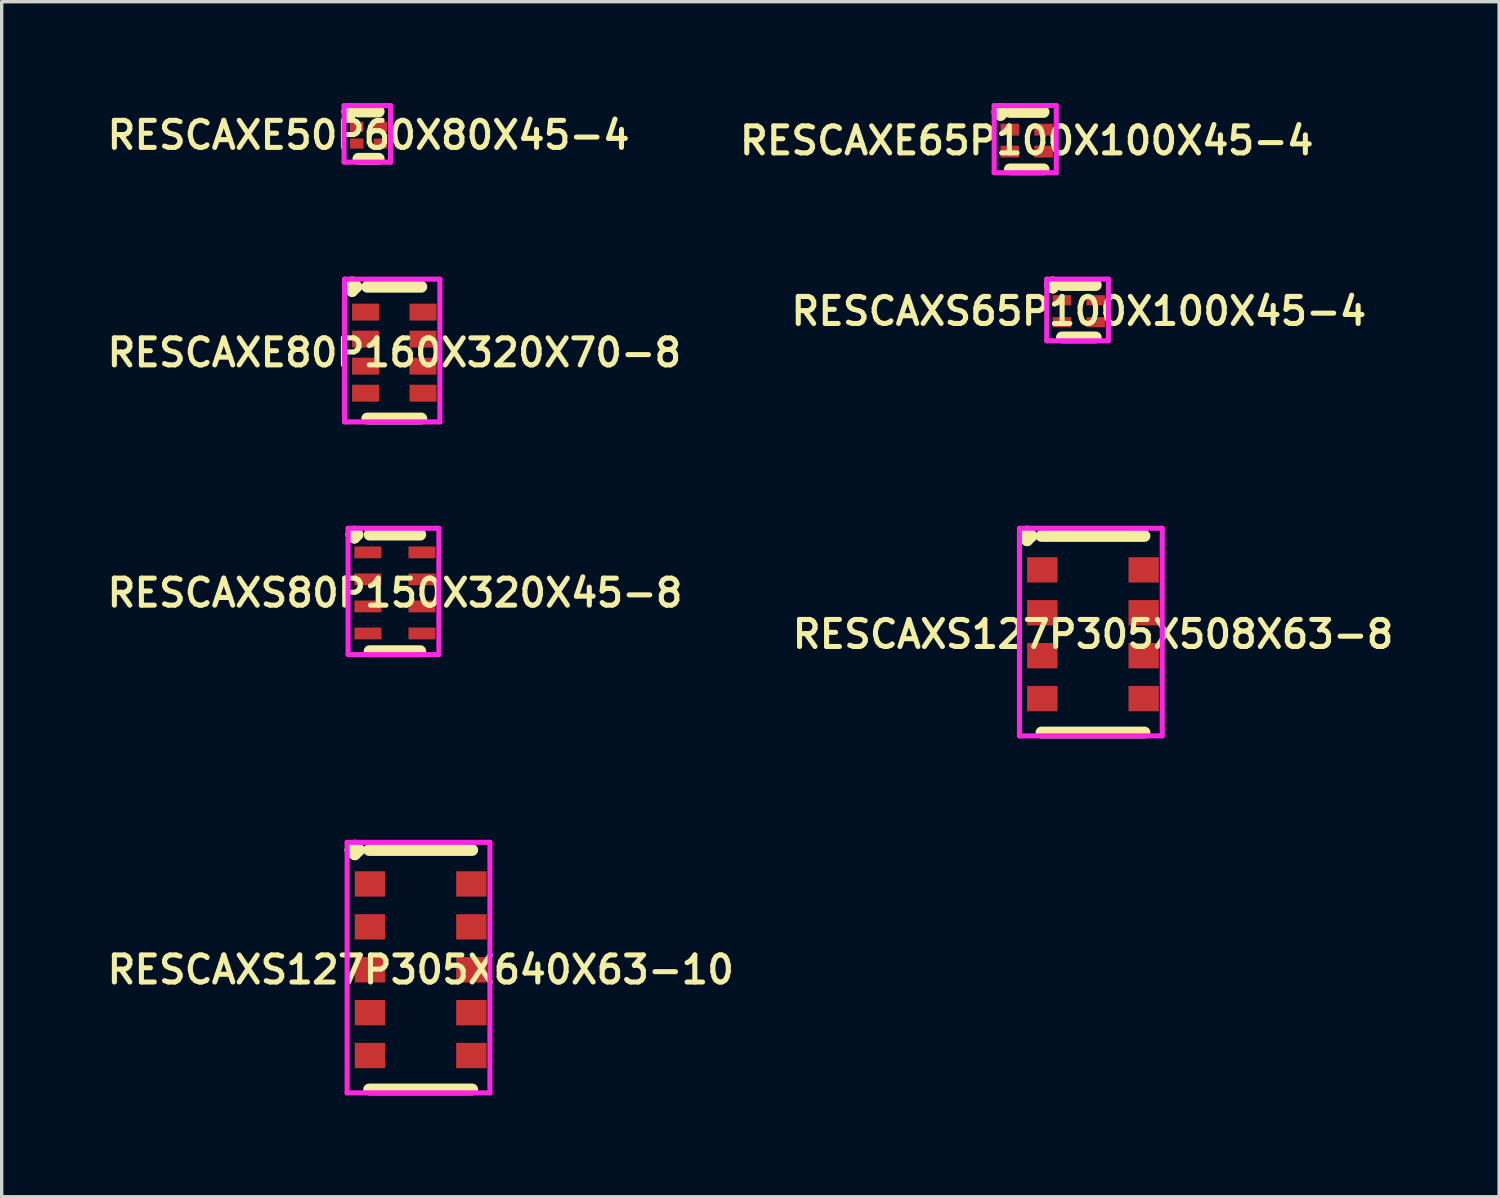
<source format=kicad_pcb>
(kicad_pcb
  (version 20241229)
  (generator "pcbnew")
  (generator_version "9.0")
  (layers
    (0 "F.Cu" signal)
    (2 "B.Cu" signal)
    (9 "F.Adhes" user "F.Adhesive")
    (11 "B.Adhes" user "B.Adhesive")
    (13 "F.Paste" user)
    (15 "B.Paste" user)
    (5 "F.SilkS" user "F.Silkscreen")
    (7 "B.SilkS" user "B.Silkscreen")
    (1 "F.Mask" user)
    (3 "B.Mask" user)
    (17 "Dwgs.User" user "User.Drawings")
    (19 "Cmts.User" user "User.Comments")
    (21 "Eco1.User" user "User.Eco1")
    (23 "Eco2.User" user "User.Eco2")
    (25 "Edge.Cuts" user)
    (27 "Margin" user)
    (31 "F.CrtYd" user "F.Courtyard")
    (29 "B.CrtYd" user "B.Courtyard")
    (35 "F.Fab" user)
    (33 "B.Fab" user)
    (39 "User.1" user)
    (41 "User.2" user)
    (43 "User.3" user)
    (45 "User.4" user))
  (footprint "RESCAXE65P100X100X45-4"
    (layer "F.Cu")
    (at 27.34 1.113)
    (property "Reference" "RESCAXE65P100X100X45-4" (at 0 0 0) (layer "F.SilkS") (effects (font (size 0.8 0.8) (thickness 0.15))))
    (attr smd)
    (fp_line (start -0.863 -0.85) (end -0.775 -0.938) (stroke (width 0.35) (type solid)) (layer "F.SilkS"))
    (fp_line (start -0.775 -0.938) (end -0.688 -0.85) (stroke (width 0.35) (type solid)) (layer "F.SilkS"))
    (fp_line (start -0.775 -0.762) (end -0.863 -0.85) (stroke (width 0.35) (type solid)) (layer "F.SilkS"))
    (fp_line (start -0.688 -0.85) (end -0.775 -0.762) (stroke (width 0.35) (type solid)) (layer "F.SilkS"))
    (fp_line (start -0.5 -0.85) (end 0.5 -0.85) (stroke (width 0.35) (type solid)) (layer "F.SilkS"))
    (fp_line (start -0.5 0.85) (end 0.5 0.85) (stroke (width 0.35) (type solid)) (layer "F.SilkS"))
    (fp_line (start -0.963 -1.038) (end 0.875 -1.038) (stroke (width 0.15) (type solid)) (layer "F.CrtYd"))
    (fp_line (start -0.963 0.95) (end -0.963 -1.038) (stroke (width 0.15) (type solid)) (layer "F.CrtYd"))
    (fp_line (start 0.875 -1.038) (end 0.875 0.95) (stroke (width 0.15) (type solid)) (layer "F.CrtYd"))
    (fp_line (start 0.875 0.95) (end -0.963 0.95) (stroke (width 0.15) (type solid)) (layer "F.CrtYd"))
    (pad "1" smd rect (at -0.5 -0.325) (size 0.55 0.35) (layers "F.Cu" "F.Mask" "F.Paste"))
    (pad "2" smd rect (at -0.5 0.325) (size 0.55 0.35) (layers "F.Cu" "F.Mask" "F.Paste"))
    (pad "3" smd rect (at 0.5 0.325) (size 0.55 0.35) (layers "F.Cu" "F.Mask" "F.Paste"))
    (pad "4" smd rect (at 0.5 -0.325) (size 0.55 0.35) (layers "F.Cu" "F.Mask" "F.Paste")))
  (footprint "RESCAXS65P100X100X45-4"
    (layer "F.Cu")
    (at 28.883 6.162)
    (property "Reference" "RESCAXS65P100X100X45-4" (at 0 0 0) (layer "F.SilkS") (effects (font (size 0.8 0.8) (thickness 0.15))))
    (attr through_hole)
    (fp_line (start -0.85 -0.775) (end -0.775 -0.85) (stroke (width 0.35) (type solid)) (layer "F.SilkS"))
    (fp_line (start -0.775 -0.85) (end -0.7 -0.775) (stroke (width 0.35) (type solid)) (layer "F.SilkS"))
    (fp_line (start -0.775 -0.7) (end -0.85 -0.775) (stroke (width 0.35) (type solid)) (layer "F.SilkS"))
    (fp_line (start -0.7 -0.775) (end -0.775 -0.7) (stroke (width 0.35) (type solid)) (layer "F.SilkS"))
    (fp_line (start -0.5 -0.775) (end 0.5 -0.775) (stroke (width 0.35) (type solid)) (layer "F.SilkS"))
    (fp_line (start -0.5 0.775) (end 0.5 0.775) (stroke (width 0.35) (type solid)) (layer "F.SilkS"))
    (fp_line (start -0.95 -0.95) (end 0.875 -0.95) (stroke (width 0.15) (type solid)) (layer "F.CrtYd"))
    (fp_line (start -0.95 0.875) (end -0.95 -0.95) (stroke (width 0.15) (type solid)) (layer "F.CrtYd"))
    (fp_line (start 0.875 -0.95) (end 0.875 0.875) (stroke (width 0.15) (type solid)) (layer "F.CrtYd"))
    (fp_line (start 0.875 0.875) (end -0.95 0.875) (stroke (width 0.15) (type solid)) (layer "F.CrtYd"))
    (pad "1" smd rect (at -0.5 -0.325) (size 0.55 0.3) (layers "F.Cu" "F.Mask" "F.Paste"))
    (pad "2" smd rect (at -0.5 0.325) (size 0.55 0.3) (layers "F.Cu" "F.Mask" "F.Paste"))
    (pad "3" smd rect (at 0.5 0.325) (size 0.55 0.3) (layers "F.Cu" "F.Mask" "F.Paste"))
    (pad "4" smd rect (at 0.5 -0.325) (size 0.55 0.3) (layers "F.Cu" "F.Mask" "F.Paste")))
  (footprint "RESCAXE80P160X320X70-8"
    (layer "F.Cu")
    (at 8.621 7.388)
    (property "Reference" "RESCAXE80P160X320X70-8" (at 0 0 0) (layer "F.SilkS") (effects (font (size 0.8 0.8) (thickness 0.15))))
    (attr smd)
    (fp_line (start -1.375 -1.95) (end -1.25 -2.075) (stroke (width 0.35) (type solid)) (layer "F.SilkS"))
    (fp_line (start -1.25 -2.075) (end -1.125 -1.95) (stroke (width 0.35) (type solid)) (layer "F.SilkS"))
    (fp_line (start -1.25 -1.825) (end -1.375 -1.95) (stroke (width 0.35) (type solid)) (layer "F.SilkS"))
    (fp_line (start -1.125 -1.95) (end -1.25 -1.825) (stroke (width 0.35) (type solid)) (layer "F.SilkS"))
    (fp_line (start -0.8 -1.95) (end 0.8 -1.95) (stroke (width 0.35) (type solid)) (layer "F.SilkS"))
    (fp_line (start -0.8 1.95) (end 0.8 1.95) (stroke (width 0.35) (type solid)) (layer "F.SilkS"))
    (fp_line (start -1.475 -2.175) (end 1.35 -2.175) (stroke (width 0.15) (type solid)) (layer "F.CrtYd"))
    (fp_line (start -1.475 2.05) (end -1.475 -2.175) (stroke (width 0.15) (type solid)) (layer "F.CrtYd"))
    (fp_line (start 1.35 -2.175) (end 1.35 2.05) (stroke (width 0.15) (type solid)) (layer "F.CrtYd"))
    (fp_line (start 1.35 2.05) (end -1.475 2.05) (stroke (width 0.15) (type solid)) (layer "F.CrtYd"))
    (pad "1" smd rect (at -0.85 -1.2) (size 0.8 0.5) (layers "F.Cu" "F.Mask" "F.Paste"))
    (pad "2" smd rect (at -0.85 -0.4) (size 0.8 0.5) (layers "F.Cu" "F.Mask" "F.Paste"))
    (pad "3" smd rect (at -0.85 0.4) (size 0.8 0.5) (layers "F.Cu" "F.Mask" "F.Paste"))
    (pad "4" smd rect (at -0.85 1.2) (size 0.8 0.5) (layers "F.Cu" "F.Mask" "F.Paste"))
    (pad "5" smd rect (at 0.85 1.2) (size 0.8 0.5) (layers "F.Cu" "F.Mask" "F.Paste"))
    (pad "6" smd rect (at 0.85 0.4) (size 0.8 0.5) (layers "F.Cu" "F.Mask" "F.Paste"))
    (pad "7" smd rect (at 0.85 -0.4) (size 0.8 0.5) (layers "F.Cu" "F.Mask" "F.Paste"))
    (pad "8" smd rect (at 0.85 -1.2) (size 0.8 0.5) (layers "F.Cu" "F.Mask" "F.Paste")))
  (footprint "RESCAXS127P305X508X63-8"
    (layer "F.Cu")
    (at 29.302 15.723)
    (property "Reference" "RESCAXS127P305X508X63-8" (at 0 0 0) (layer "F.SilkS") (effects (font (size 0.8 0.8) (thickness 0.15))))
    (attr smd)
    (fp_line (start -2.077 -2.909) (end -1.95 -3.036) (stroke (width 0.35) (type solid)) (layer "F.SilkS"))
    (fp_line (start -1.95 -3.036) (end -1.823 -2.909) (stroke (width 0.35) (type solid)) (layer "F.SilkS"))
    (fp_line (start -1.95 -2.782) (end -2.077 -2.909) (stroke (width 0.35) (type solid)) (layer "F.SilkS"))
    (fp_line (start -1.823 -2.909) (end -1.95 -2.782) (stroke (width 0.35) (type solid)) (layer "F.SilkS"))
    (fp_line (start -1.525 -2.909) (end 1.525 -2.909) (stroke (width 0.35) (type solid)) (layer "F.SilkS"))
    (fp_line (start -1.525 2.909) (end 1.525 2.909) (stroke (width 0.35) (type solid)) (layer "F.SilkS"))
    (fp_line (start -2.177 -3.136) (end 2.05 -3.136) (stroke (width 0.15) (type solid)) (layer "F.CrtYd"))
    (fp_line (start -2.177 3.009) (end -2.177 -3.136) (stroke (width 0.15) (type solid)) (layer "F.CrtYd"))
    (fp_line (start 2.05 -3.136) (end 2.05 3.009) (stroke (width 0.15) (type solid)) (layer "F.CrtYd"))
    (fp_line (start 2.05 3.009) (end -2.177 3.009) (stroke (width 0.15) (type solid)) (layer "F.CrtYd"))
    (pad "1" smd rect (at -1.5 -1.905) (size 0.9 0.75) (layers "F.Cu" "F.Mask" "F.Paste"))
    (pad "2" smd rect (at -1.5 -0.635) (size 0.9 0.75) (layers "F.Cu" "F.Mask" "F.Paste"))
    (pad "3" smd rect (at -1.5 0.635) (size 0.9 0.75) (layers "F.Cu" "F.Mask" "F.Paste"))
    (pad "4" smd rect (at -1.5 1.905) (size 0.9 0.75) (layers "F.Cu" "F.Mask" "F.Paste"))
    (pad "5" smd rect (at 1.5 1.905) (size 0.9 0.75) (layers "F.Cu" "F.Mask" "F.Paste"))
    (pad "6" smd rect (at 1.5 0.635) (size 0.9 0.75) (layers "F.Cu" "F.Mask" "F.Paste"))
    (pad "7" smd rect (at 1.5 -0.635) (size 0.9 0.75) (layers "F.Cu" "F.Mask" "F.Paste"))
    (pad "8" smd rect (at 1.5 -1.905) (size 0.9 0.75) (layers "F.Cu" "F.Mask" "F.Paste")))
  (footprint "RESCAXS127P305X640X63-10"
    (layer "F.Cu")
    (at 9.402 25.654)
    (property "Reference" "RESCAXS127P305X640X63-10" (at 0 0 0) (layer "F.SilkS") (effects (font (size 0.8 0.8) (thickness 0.15))))
    (attr smd)
    (fp_line (start -2.077 -3.544) (end -1.95 -3.671) (stroke (width 0.35) (type solid)) (layer "F.SilkS"))
    (fp_line (start -1.95 -3.671) (end -1.823 -3.544) (stroke (width 0.35) (type solid)) (layer "F.SilkS"))
    (fp_line (start -1.95 -3.417) (end -2.077 -3.544) (stroke (width 0.35) (type solid)) (layer "F.SilkS"))
    (fp_line (start -1.823 -3.544) (end -1.95 -3.417) (stroke (width 0.35) (type solid)) (layer "F.SilkS"))
    (fp_line (start -1.525 -3.544) (end 1.525 -3.544) (stroke (width 0.35) (type solid)) (layer "F.SilkS"))
    (fp_line (start -1.525 3.544) (end 1.525 3.544) (stroke (width 0.35) (type solid)) (layer "F.SilkS"))
    (fp_line (start -2.177 -3.771) (end 2.05 -3.771) (stroke (width 0.15) (type solid)) (layer "F.CrtYd"))
    (fp_line (start -2.177 3.644) (end -2.177 -3.771) (stroke (width 0.15) (type solid)) (layer "F.CrtYd"))
    (fp_line (start 2.05 -3.771) (end 2.05 3.644) (stroke (width 0.15) (type solid)) (layer "F.CrtYd"))
    (fp_line (start 2.05 3.644) (end -2.177 3.644) (stroke (width 0.15) (type solid)) (layer "F.CrtYd"))
    (pad "1" smd rect (at -1.5 -2.54) (size 0.9 0.75) (layers "F.Cu" "F.Mask" "F.Paste"))
    (pad "2" smd rect (at -1.5 -1.27) (size 0.9 0.75) (layers "F.Cu" "F.Mask" "F.Paste"))
    (pad "3" smd rect (at -1.5 0) (size 0.9 0.75) (layers "F.Cu" "F.Mask" "F.Paste"))
    (pad "4" smd rect (at -1.5 1.27) (size 0.9 0.75) (layers "F.Cu" "F.Mask" "F.Paste"))
    (pad "5" smd rect (at -1.5 2.54) (size 0.9 0.75) (layers "F.Cu" "F.Mask" "F.Paste"))
    (pad "6" smd rect (at 1.5 2.54) (size 0.9 0.75) (layers "F.Cu" "F.Mask" "F.Paste"))
    (pad "7" smd rect (at 1.5 1.27) (size 0.9 0.75) (layers "F.Cu" "F.Mask" "F.Paste"))
    (pad "8" smd rect (at 1.5 0) (size 0.9 0.75) (layers "F.Cu" "F.Mask" "F.Paste"))
    (pad "9" smd rect (at 1.5 -1.27) (size 0.9 0.75) (layers "F.Cu" "F.Mask" "F.Paste"))
    (pad "10" smd rect (at 1.5 -2.54) (size 0.9 0.75) (layers "F.Cu" "F.Mask" "F.Paste")))
  (footprint "RESCAXE50P60X80X45-4"
    (layer "F.Cu")
    (at 7.859 0.95)
    (property "Reference" "RESCAXE50P60X80X45-4" (at 0 0 0) (layer "F.SilkS") (effects (font (size 0.8 0.8) (thickness 0.15))))
    (attr smd)
    (fp_line (start -0.625 -0.7) (end -0.55 -0.775) (stroke (width 0.35) (type solid)) (layer "F.SilkS"))
    (fp_line (start -0.55 -0.775) (end -0.475 -0.7) (stroke (width 0.35) (type solid)) (layer "F.SilkS"))
    (fp_line (start -0.55 -0.625) (end -0.625 -0.7) (stroke (width 0.35) (type solid)) (layer "F.SilkS"))
    (fp_line (start -0.475 -0.7) (end -0.55 -0.625) (stroke (width 0.35) (type solid)) (layer "F.SilkS"))
    (fp_line (start -0.3 -0.7) (end 0.3 -0.7) (stroke (width 0.35) (type solid)) (layer "F.SilkS"))
    (fp_line (start -0.3 0.7) (end 0.3 0.7) (stroke (width 0.35) (type solid)) (layer "F.SilkS"))
    (fp_line (start -0.725 -0.875) (end 0.65 -0.875) (stroke (width 0.15) (type solid)) (layer "F.CrtYd"))
    (fp_line (start -0.725 0.8) (end -0.725 -0.875) (stroke (width 0.15) (type solid)) (layer "F.CrtYd"))
    (fp_line (start 0.65 -0.875) (end 0.65 0.8) (stroke (width 0.15) (type solid)) (layer "F.CrtYd"))
    (fp_line (start 0.65 0.8) (end -0.725 0.8) (stroke (width 0.15) (type solid)) (layer "F.CrtYd"))
    (pad "1" smd rect (at -0.35 -0.25) (size 0.4 0.3) (layers "F.Cu" "F.Mask" "F.Paste"))
    (pad "2" smd rect (at -0.35 0.25) (size 0.4 0.3) (layers "F.Cu" "F.Mask" "F.Paste"))
    (pad "3" smd rect (at 0.35 0.25) (size 0.4 0.3) (layers "F.Cu" "F.Mask" "F.Paste"))
    (pad "4" smd rect (at 0.35 -0.25) (size 0.4 0.3) (layers "F.Cu" "F.Mask" "F.Paste")))
  (footprint "RESCAXS80P150X320X45-8"
    (layer "F.Cu")
    (at 8.64 14.5)
    (property "Reference" "RESCAXS80P150X320X45-8" (at 0 0 0) (layer "F.SilkS") (effects (font (size 0.8 0.8) (thickness 0.15))))
    (attr smd)
    (fp_line (start -1.288 -1.725) (end -1.2 -1.812) (stroke (width 0.35) (type solid)) (layer "F.SilkS"))
    (fp_line (start -1.2 -1.812) (end -1.113 -1.725) (stroke (width 0.35) (type solid)) (layer "F.SilkS"))
    (fp_line (start -1.2 -1.637) (end -1.288 -1.725) (stroke (width 0.35) (type solid)) (layer "F.SilkS"))
    (fp_line (start -1.113 -1.725) (end -1.2 -1.637) (stroke (width 0.35) (type solid)) (layer "F.SilkS"))
    (fp_line (start -0.75 -1.725) (end 0.75 -1.725) (stroke (width 0.35) (type solid)) (layer "F.SilkS"))
    (fp_line (start -0.75 1.725) (end 0.75 1.725) (stroke (width 0.35) (type solid)) (layer "F.SilkS"))
    (fp_line (start -1.387 -1.913) (end 1.3 -1.913) (stroke (width 0.15) (type solid)) (layer "F.CrtYd"))
    (fp_line (start -1.387 1.825) (end -1.387 -1.913) (stroke (width 0.15) (type solid)) (layer "F.CrtYd"))
    (fp_line (start 1.3 -1.913) (end 1.3 1.825) (stroke (width 0.15) (type solid)) (layer "F.CrtYd"))
    (fp_line (start 1.3 1.825) (end -1.387 1.825) (stroke (width 0.15) (type solid)) (layer "F.CrtYd"))
    (pad "1" smd rect (at -0.8 -1.2) (size 0.8 0.35) (layers "F.Cu" "F.Mask" "F.Paste"))
    (pad "2" smd rect (at -0.8 -0.4) (size 0.8 0.35) (layers "F.Cu" "F.Mask" "F.Paste"))
    (pad "3" smd rect (at -0.8 0.4) (size 0.8 0.35) (layers "F.Cu" "F.Mask" "F.Paste"))
    (pad "4" smd rect (at -0.8 1.2) (size 0.8 0.35) (layers "F.Cu" "F.Mask" "F.Paste"))
    (pad "5" smd rect (at 0.8 1.2) (size 0.8 0.35) (layers "F.Cu" "F.Mask" "F.Paste"))
    (pad "6" smd rect (at 0.8 0.4) (size 0.8 0.35) (layers "F.Cu" "F.Mask" "F.Paste"))
    (pad "7" smd rect (at 0.8 -0.4) (size 0.8 0.35) (layers "F.Cu" "F.Mask" "F.Paste"))
    (pad "8" smd rect (at 0.8 -1.2) (size 0.8 0.35) (layers "F.Cu" "F.Mask" "F.Paste")))
  (gr_rect
    (start -3 -3)
    (end 41.323 32.373)
    (stroke (width 0.1) (type default))
    (fill no)
    (layer "Edge.Cuts")))
</source>
